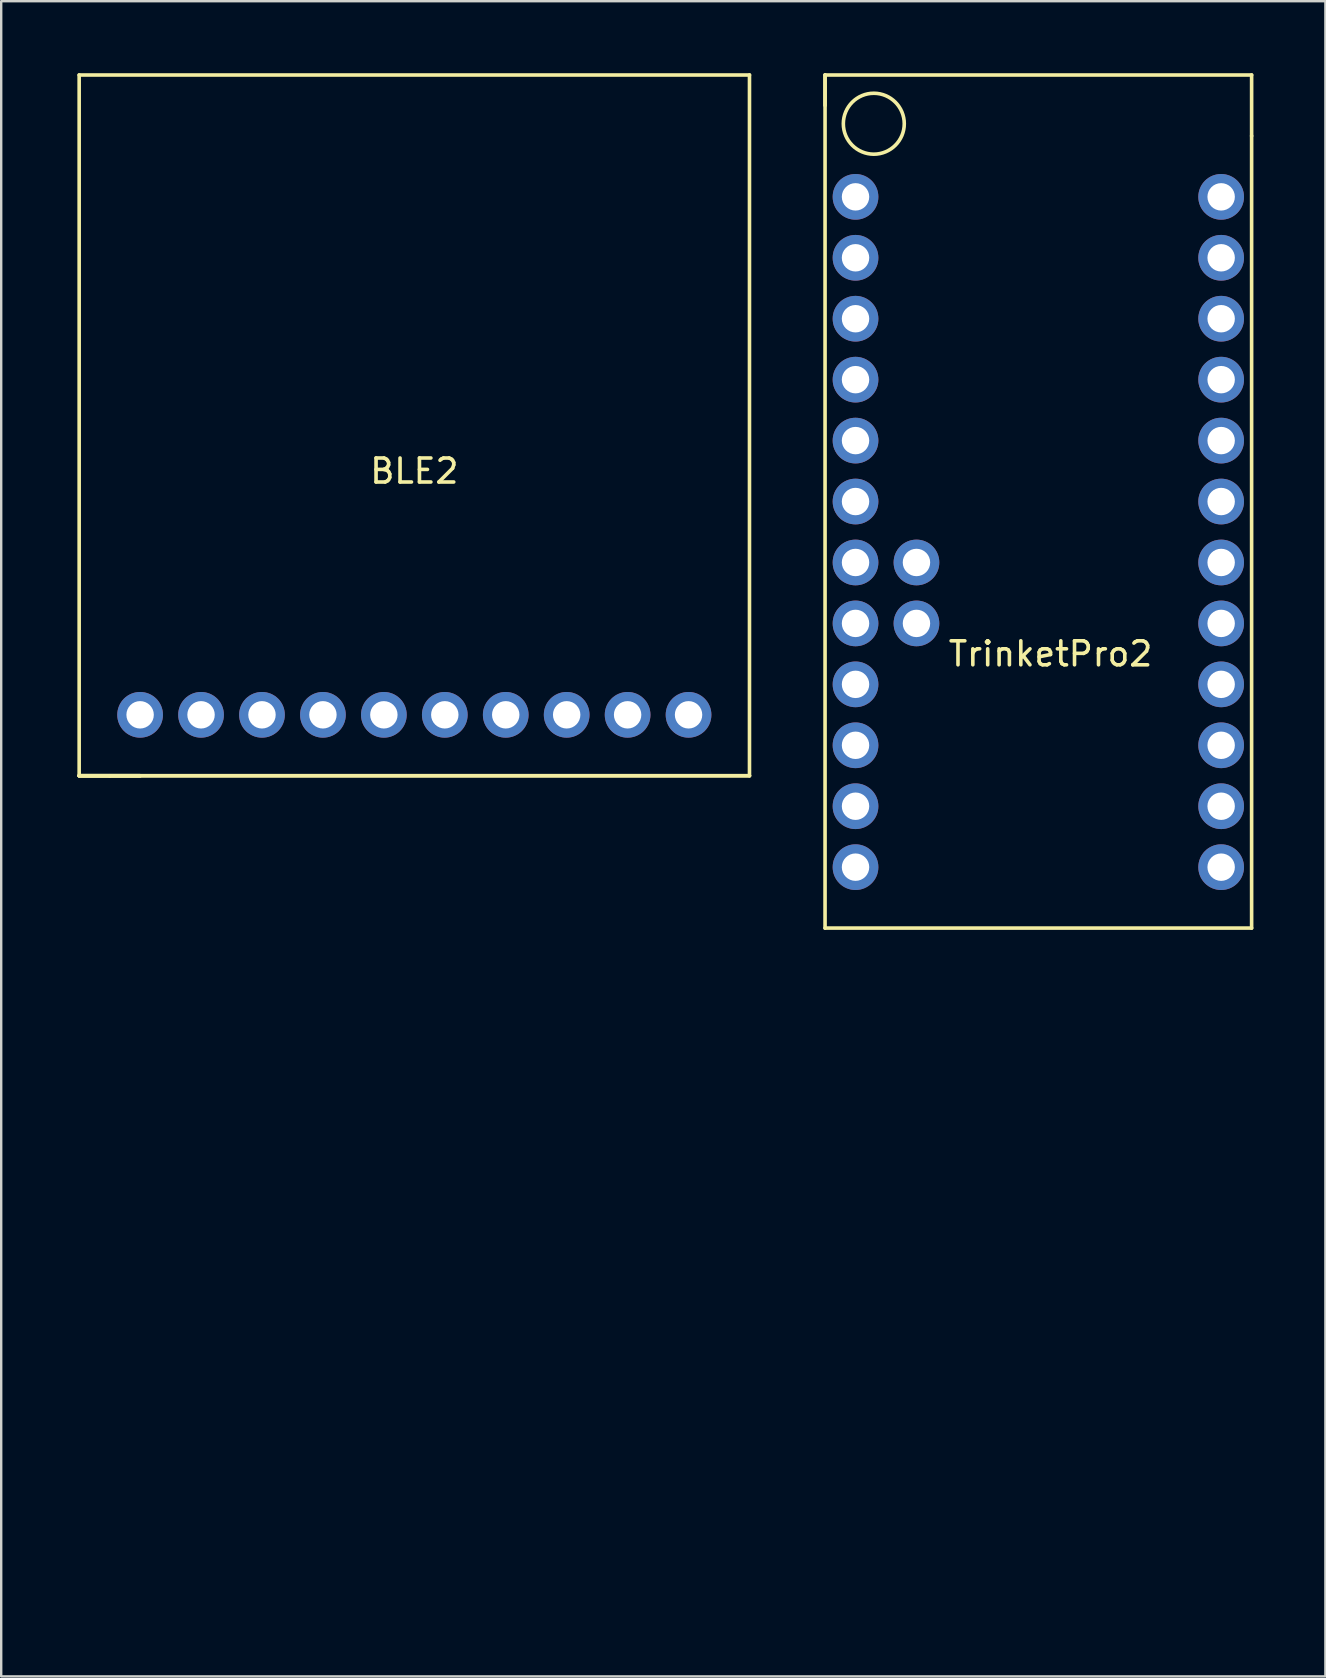
<source format=kicad_pcb>
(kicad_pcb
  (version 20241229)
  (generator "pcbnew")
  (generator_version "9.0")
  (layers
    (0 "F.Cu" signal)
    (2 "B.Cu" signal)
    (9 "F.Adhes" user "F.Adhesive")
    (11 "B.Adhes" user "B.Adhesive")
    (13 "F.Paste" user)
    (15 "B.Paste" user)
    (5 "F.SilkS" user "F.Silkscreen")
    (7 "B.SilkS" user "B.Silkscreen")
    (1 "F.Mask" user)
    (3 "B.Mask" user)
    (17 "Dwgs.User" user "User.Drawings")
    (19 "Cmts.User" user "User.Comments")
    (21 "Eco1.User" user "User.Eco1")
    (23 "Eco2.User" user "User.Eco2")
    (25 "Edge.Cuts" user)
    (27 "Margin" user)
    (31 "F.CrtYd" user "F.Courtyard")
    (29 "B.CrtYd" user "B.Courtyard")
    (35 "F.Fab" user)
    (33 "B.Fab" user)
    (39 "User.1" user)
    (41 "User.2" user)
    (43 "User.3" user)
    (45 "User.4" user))
  (footprint "BLE2"
    (layer "F.Cu")
    (at 0.25 29.285)
    (property "Reference" "BLE2" (at 13.97 -12.7 0) (layer "F.SilkS") (effects (font (size 1 1) (thickness 0.15))))
    (attr through_hole)
    (fp_line (start 0 -29.21) (end 27.94 -29.21) (stroke (width 0.15) (type solid)) (layer "F.SilkS"))
    (fp_line (start 0 0) (end 0 -29.21) (stroke (width 0.15) (type solid)) (layer "F.SilkS"))
    (fp_line (start 0 0) (end 1.27 0) (stroke (width 0.15) (type solid)) (layer "F.SilkS"))
    (fp_line (start 0 0) (end 2.54 0) (stroke (width 0.15) (type solid)) (layer "F.SilkS"))
    (fp_line (start 1.27 0) (end 0 0) (stroke (width 0.15) (type solid)) (layer "F.SilkS"))
    (fp_line (start 1.27 0) (end 27.94 0) (stroke (width 0.15) (type solid)) (layer "F.SilkS"))
    (fp_line (start 2.54 0) (end 0 0) (stroke (width 0.15) (type solid)) (layer "F.SilkS"))
    (fp_line (start 27.94 0) (end 1.27 0) (stroke (width 0.15) (type solid)) (layer "F.SilkS"))
    (fp_line (start 27.94 0) (end 27.94 -29.21) (stroke (width 0.15) (type solid)) (layer "F.SilkS"))
    (pad "1" thru_hole circle (at 2.54 -2.54) (size 1.905 1.905) (drill 1.143) (layers "*.Cu" "*.Mask"))
    (pad "2" thru_hole circle (at 5.08 -2.54) (size 1.905 1.905) (drill 1.143) (layers "*.Cu" "*.Mask"))
    (pad "3" thru_hole circle (at 7.62 -2.54) (size 1.905 1.905) (drill 1.143) (layers "*.Cu" "*.Mask"))
    (pad "4" thru_hole circle (at 10.16 -2.54) (size 1.905 1.905) (drill 1.143) (layers "*.Cu" "*.Mask"))
    (pad "5" thru_hole circle (at 12.7 -2.54) (size 1.905 1.905) (drill 1.143) (layers "*.Cu" "*.Mask"))
    (pad "6" thru_hole circle (at 15.24 -2.54) (size 1.905 1.905) (drill 1.143) (layers "*.Cu" "*.Mask"))
    (pad "7" thru_hole circle (at 17.78 -2.54) (size 1.905 1.905) (drill 1.143) (layers "*.Cu" "*.Mask"))
    (pad "8" thru_hole circle (at 20.32 -2.54) (size 1.905 1.905) (drill 1.143) (layers "*.Cu" "*.Mask"))
    (pad "9" thru_hole circle (at 22.86 -2.54) (size 1.905 1.905) (drill 1.143) (layers "*.Cu" "*.Mask"))
    (pad "10" thru_hole circle (at 25.4 -2.54) (size 1.905 1.905) (drill 1.143) (layers "*.Cu" "*.Mask")))
  (footprint "TrinketPro2"
    (layer "F.Cu")
    (at 32.61 63.575)
    (property "Reference" "TrinketPro2" (at 8.128 -39.37 0) (layer "F.SilkS") (effects (font (size 1 1) (thickness 0.15))))
    (attr through_hole)
    (fp_line (start -1.27 -63.5) (end -1.27 -62.23) (stroke (width 0.15) (type solid)) (layer "F.SilkS"))
    (fp_line (start -1.27 -63.5) (end 16.51 -63.5) (stroke (width 0.15) (type solid)) (layer "F.SilkS"))
    (fp_line (start -1.27 -27.94) (end -1.27 -63.5) (stroke (width 0.15) (type solid)) (layer "F.SilkS"))
    (fp_line (start -1.27 -27.94) (end 16.51 -27.94) (stroke (width 0.15) (type solid)) (layer "F.SilkS"))
    (fp_line (start 16.51 -63.5) (end 16.51 -60.96) (stroke (width 0.15) (type solid)) (layer "F.SilkS"))
    (fp_line (start 16.51 -60.96) (end 16.51 -27.94) (stroke (width 0.15) (type solid)) (layer "F.SilkS"))
    (fp_circle (center 0.762 -61.468) (end -0.508 -61.468) (stroke (width 0.15) (type solid)) (fill no) (layer "F.SilkS"))
    (pad "1" thru_hole circle (at 0 -58.42) (size 1.905 1.905) (drill 1.143) (layers "*.Cu" "*.Mask"))
    (pad "2" thru_hole circle (at 0 -55.88) (size 1.905 1.905) (drill 1.143) (layers "*.Cu" "*.Mask"))
    (pad "3" thru_hole circle (at 0 -53.34) (size 1.905 1.905) (drill 1.143) (layers "*.Cu" "*.Mask"))
    (pad "4" thru_hole circle (at 0 -50.8) (size 1.905 1.905) (drill 1.143) (layers "*.Cu" "*.Mask"))
    (pad "5" thru_hole circle (at 0 -48.26) (size 1.905 1.905) (drill 1.143) (layers "*.Cu" "*.Mask"))
    (pad "6" thru_hole circle (at 0 -45.72) (size 1.905 1.905) (drill 1.143) (layers "*.Cu" "*.Mask"))
    (pad "7" thru_hole circle (at 0 -43.18) (size 1.905 1.905) (drill 1.143) (layers "*.Cu" "*.Mask"))
    (pad "8" thru_hole circle (at 0 -40.64) (size 1.905 1.905) (drill 1.143) (layers "*.Cu" "*.Mask"))
    (pad "9" thru_hole circle (at 0 -38.1) (size 1.905 1.905) (drill 1.143) (layers "*.Cu" "*.Mask"))
    (pad "10" thru_hole circle (at 0 -35.56) (size 1.905 1.905) (drill 1.143) (layers "*.Cu" "*.Mask"))
    (pad "11" thru_hole circle (at 0 -33.02) (size 1.905 1.905) (drill 1.143) (layers "*.Cu" "*.Mask"))
    (pad "12" thru_hole circle (at 0 -30.48) (size 1.905 1.905) (drill 1.143) (layers "*.Cu" "*.Mask"))
    (pad "13" thru_hole circle (at 2.54 -43.18) (size 1.905 1.905) (drill 1.143) (layers "*.Cu" "*.Mask"))
    (pad "14" thru_hole circle (at 2.54 -40.64) (size 1.905 1.905) (drill 1.143) (layers "*.Cu" "*.Mask"))
    (pad "15" thru_hole circle (at 15.24 -30.48) (size 1.905 1.905) (drill 1.143) (layers "*.Cu" "*.Mask"))
    (pad "16" thru_hole circle (at 15.24 -33.02) (size 1.905 1.905) (drill 1.143) (layers "*.Cu" "*.Mask"))
    (pad "17" thru_hole circle (at 15.24 -35.56) (size 1.905 1.905) (drill 1.143) (layers "*.Cu" "*.Mask"))
    (pad "18" thru_hole circle (at 15.24 -38.1) (size 1.905 1.905) (drill 1.143) (layers "*.Cu" "*.Mask"))
    (pad "19" thru_hole circle (at 15.24 -40.64) (size 1.905 1.905) (drill 1.143) (layers "*.Cu" "*.Mask"))
    (pad "20" thru_hole circle (at 15.24 -43.18) (size 1.905 1.905) (drill 1.143) (layers "*.Cu" "*.Mask"))
    (pad "21" thru_hole circle (at 15.24 -45.72) (size 1.905 1.905) (drill 1.143) (layers "*.Cu" "*.Mask"))
    (pad "22" thru_hole circle (at 15.24 -48.26) (size 1.905 1.905) (drill 1.143) (layers "*.Cu" "*.Mask"))
    (pad "23" thru_hole circle (at 15.24 -50.8) (size 1.905 1.905) (drill 1.143) (layers "*.Cu" "*.Mask"))
    (pad "24" thru_hole circle (at 15.24 -53.34) (size 1.905 1.905) (drill 1.143) (layers "*.Cu" "*.Mask"))
    (pad "25" thru_hole circle (at 15.24 -55.88) (size 1.905 1.905) (drill 1.143) (layers "*.Cu" "*.Mask"))
    (pad "26" thru_hole circle (at 15.24 -58.42) (size 1.905 1.905) (drill 1.143) (layers "*.Cu" "*.Mask")))
  (gr_rect
    (start -3 -3)
    (end 52.195 66.825)
    (stroke (width 0.1) (type default))
    (fill no)
    (layer "Edge.Cuts")))
</source>
